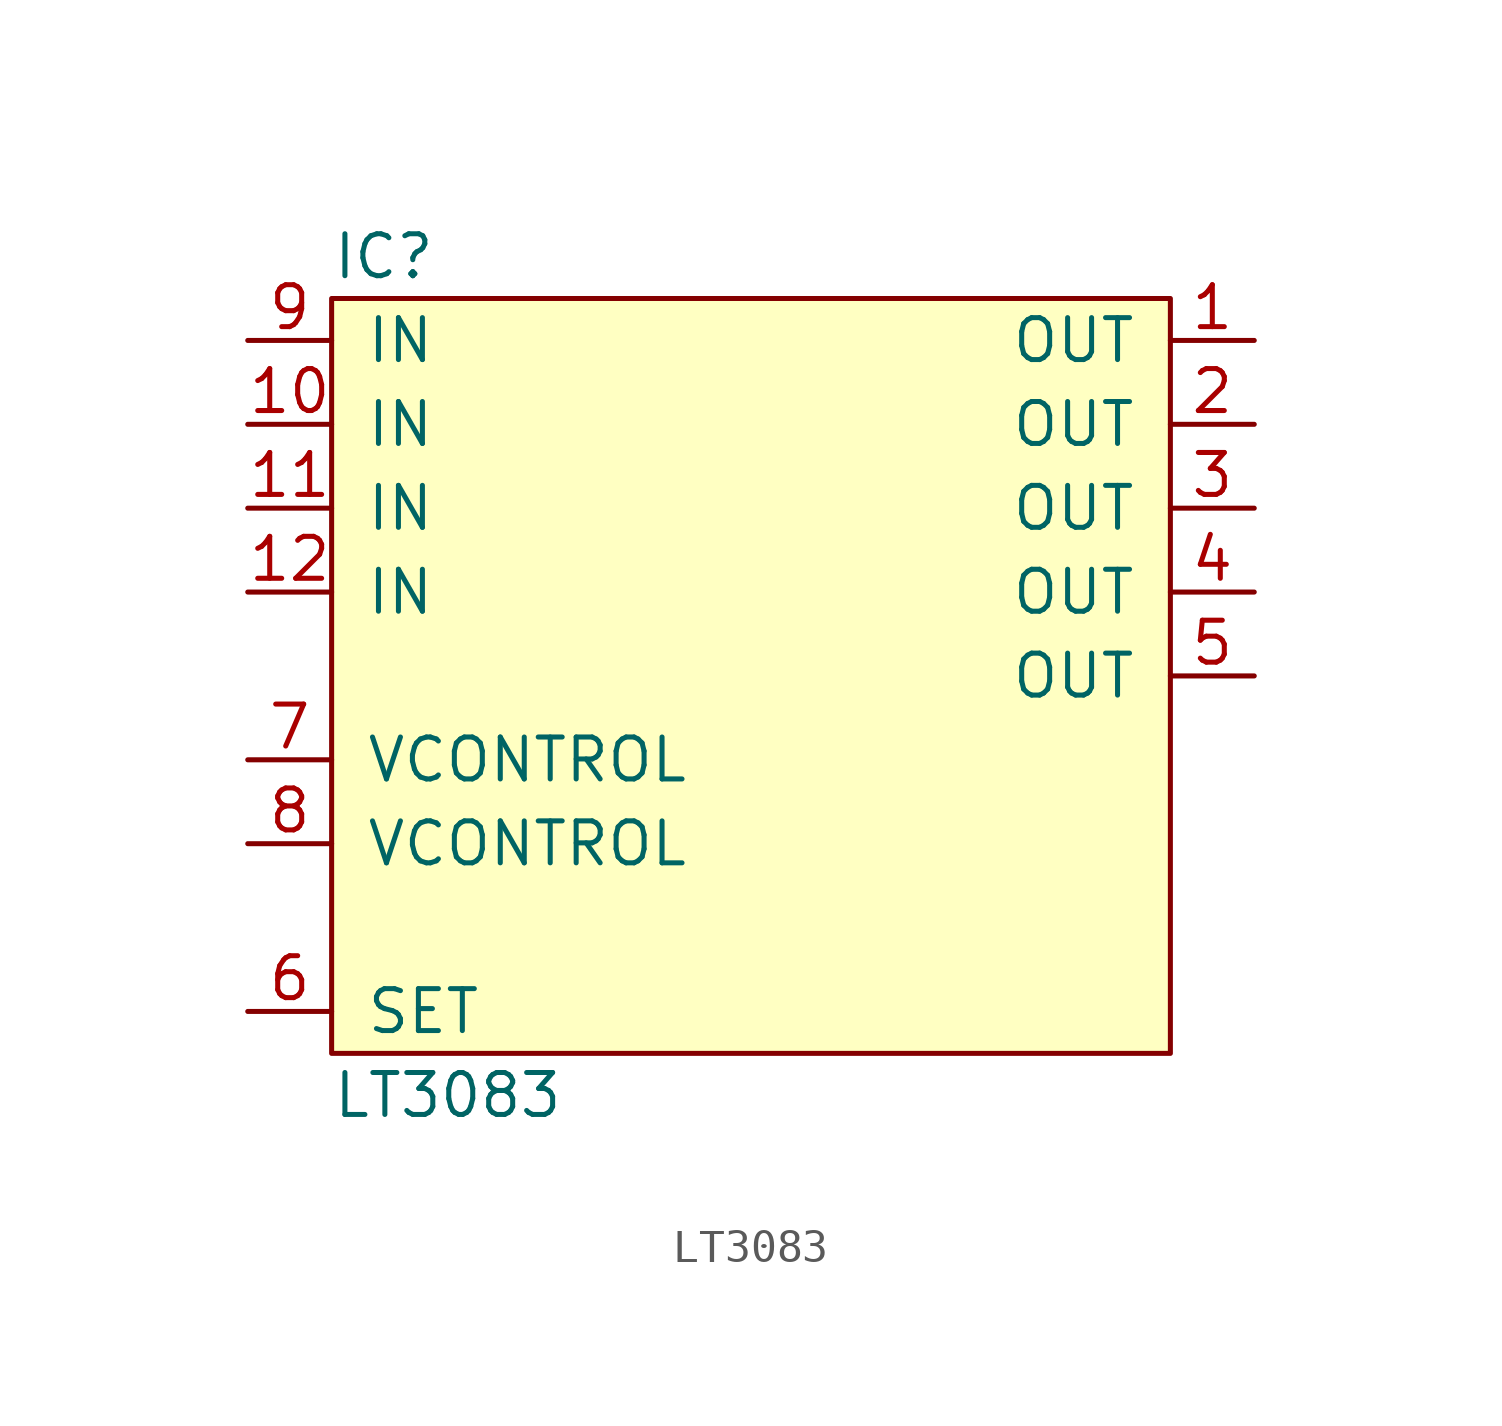
<source format=kicad_sym>
(kicad_symbol_lib
  (version 20211014)
  (generator agg_kicad.build_lib_ic)
  (symbol "LT3083"
    (pin_names
      (offset 1.016))
    (property Reference IC
      (at -12.7 12.7 0)
      (effects (font (size 1.27 1.27)) (justify left)))
    (property Value "LT3083"
      (at -12.7 -12.7 0)
      (effects (font (size 1.27 1.27)) (justify left)))
    (symbol "LT3083_0_0"
      (rectangle (start -12.7 11.43) (end 12.7 -11.43) (stroke (width 0) (type default) (color 0 0 0 0)) (fill (type background)))
      (pin power_in line (at -15.24 10.16 0) (length 2.54) (name IN (effects (font (size 1.27 1.27)))) (number "9" (effects (font (size 1.27 1.27)))))
      (pin power_in line (at -15.24 7.62 0) (length 2.54) (name IN (effects (font (size 1.27 1.27)))) (number "10" (effects (font (size 1.27 1.27)))))
      (pin power_in line (at -15.24 5.08 0) (length 2.54) (name IN (effects (font (size 1.27 1.27)))) (number "11" (effects (font (size 1.27 1.27)))))
      (pin power_in line (at -15.24 2.54 0) (length 2.54) (name IN (effects (font (size 1.27 1.27)))) (number "12" (effects (font (size 1.27 1.27)))))
      (pin input line (at -15.24 -2.54 0) (length 2.54) (name VCONTROL (effects (font (size 1.27 1.27)))) (number "7" (effects (font (size 1.27 1.27)))))
      (pin input line (at -15.24 -5.08 0) (length 2.54) (name VCONTROL (effects (font (size 1.27 1.27)))) (number "8" (effects (font (size 1.27 1.27)))))
      (pin input line (at -15.24 -10.16 0) (length 2.54) (name SET (effects (font (size 1.27 1.27)))) (number "6" (effects (font (size 1.27 1.27)))))
      (pin power_out line (at 15.24 10.16 180) (length 2.54) (name OUT (effects (font (size 1.27 1.27)))) (number "1" (effects (font (size 1.27 1.27)))))
      (pin passive line (at 15.24 7.62 180) (length 2.54) (name OUT (effects (font (size 1.27 1.27)))) (number "2" (effects (font (size 1.27 1.27)))))
      (pin passive line (at 15.24 5.08 180) (length 2.54) (name OUT (effects (font (size 1.27 1.27)))) (number "3" (effects (font (size 1.27 1.27)))))
      (pin passive line (at 15.24 2.54 180) (length 2.54) (name OUT (effects (font (size 1.27 1.27)))) (number "4" (effects (font (size 1.27 1.27)))))
      (pin passive line (at 15.24 0 180) (length 2.54) (name OUT (effects (font (size 1.27 1.27)))) (number "5" (effects (font (size 1.27 1.27))))))))
</source>
